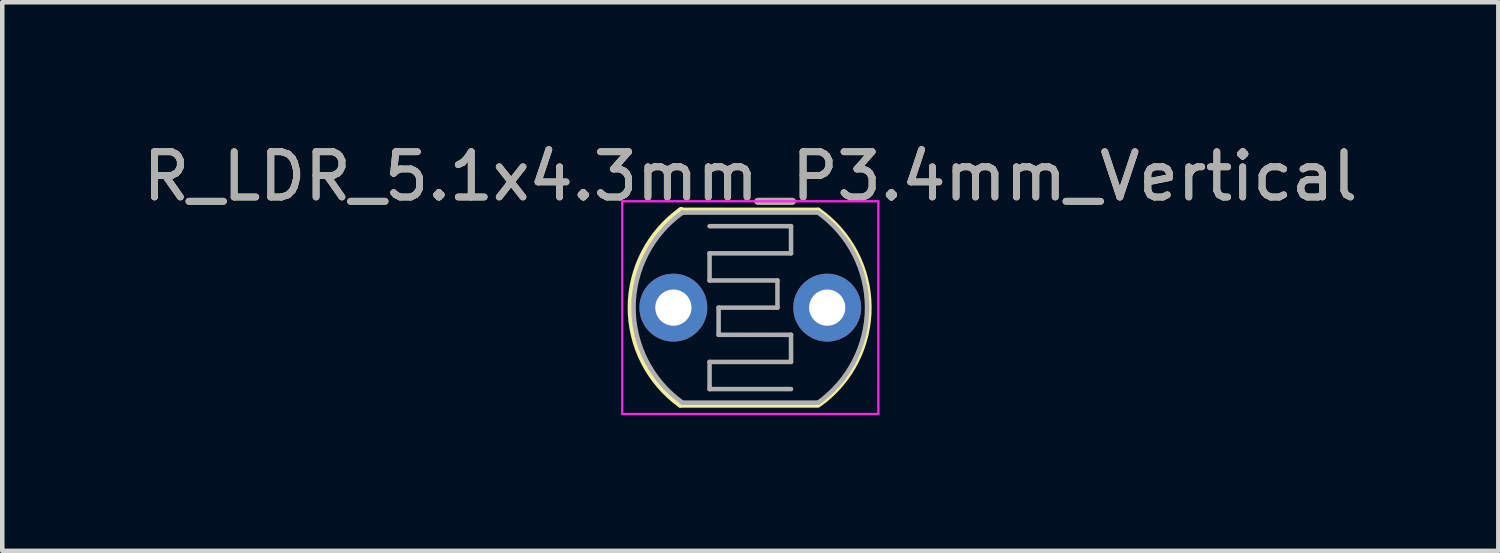
<source format=kicad_pcb>
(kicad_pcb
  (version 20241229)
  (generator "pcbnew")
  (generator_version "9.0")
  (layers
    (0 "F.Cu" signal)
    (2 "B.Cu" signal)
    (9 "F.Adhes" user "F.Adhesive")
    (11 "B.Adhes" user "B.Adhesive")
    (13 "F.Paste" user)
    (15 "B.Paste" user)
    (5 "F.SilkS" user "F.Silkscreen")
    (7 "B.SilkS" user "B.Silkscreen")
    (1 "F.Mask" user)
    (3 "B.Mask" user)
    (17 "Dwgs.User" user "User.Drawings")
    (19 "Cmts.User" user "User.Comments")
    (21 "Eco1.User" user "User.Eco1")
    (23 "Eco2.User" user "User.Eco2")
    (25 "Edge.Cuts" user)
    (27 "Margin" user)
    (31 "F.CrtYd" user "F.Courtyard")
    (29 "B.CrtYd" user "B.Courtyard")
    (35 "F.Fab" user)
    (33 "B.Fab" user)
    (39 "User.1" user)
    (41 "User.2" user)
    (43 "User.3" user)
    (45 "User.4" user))
  (footprint "R_LDR_5.1x4.3mm_P3.4mm_Vertical"
    (layer "F.Cu")
    (at 11.83 3.748)
    (property "Reference" "R_LDR_5.1x4.3mm_P3.4mm_Vertical" (at 1.7 -2.9 0) (layer "F.SilkS") (effects (font (size 1 1) (thickness 0.15))))
    (attr through_hole)
    (fp_line (start 0.15 -2.15) (end 3.2 -2.15) (stroke (width 0.12) (type solid)) (layer "F.SilkS"))
    (fp_line (start 0.15 2.15) (end 3.2 2.15) (stroke (width 0.12) (type solid)) (layer "F.SilkS"))
    (fp_arc (start 0.15 2.15) (mid -0.950438 -0.013368) (end 0.171766 -2.165525) (stroke (width 0.12) (type solid)) (layer "F.SilkS"))
    (fp_arc (start 3.2 -2.15) (mid 4.321403 -0.027338) (end 3.244513 2.118249) (stroke (width 0.12) (type solid)) (layer "F.SilkS"))
    (fp_line (start -1.13 -2.35) (end -1.13 2.35) (stroke (width 0.05) (type solid)) (layer "F.CrtYd"))
    (fp_line (start -1.13 -2.35) (end 4.53 -2.35) (stroke (width 0.05) (type solid)) (layer "F.CrtYd"))
    (fp_line (start 4.53 2.35) (end -1.13 2.35) (stroke (width 0.05) (type solid)) (layer "F.CrtYd"))
    (fp_line (start 4.53 2.35) (end 4.53 -2.35) (stroke (width 0.05) (type solid)) (layer "F.CrtYd"))
    (fp_line (start 0.2 -2.1) (end 3.2 -2.1) (stroke (width 0.1) (type solid)) (layer "F.Fab"))
    (fp_line (start 0.8 -1.8) (end 2.6 -1.8) (stroke (width 0.1) (type solid)) (layer "F.Fab"))
    (fp_line (start 0.8 -1.2) (end 0.8 -0.6) (stroke (width 0.1) (type solid)) (layer "F.Fab"))
    (fp_line (start 0.8 1.2) (end 0.8 1.8) (stroke (width 0.1) (type solid)) (layer "F.Fab"))
    (fp_line (start 0.8 1.8) (end 2.6 1.8) (stroke (width 0.1) (type solid)) (layer "F.Fab"))
    (fp_line (start 1 0) (end 1 0.6) (stroke (width 0.1) (type solid)) (layer "F.Fab"))
    (fp_line (start 1 0) (end 2.3 0) (stroke (width 0.1) (type solid)) (layer "F.Fab"))
    (fp_line (start 2.3 -0.6) (end 0.8 -0.6) (stroke (width 0.1) (type solid)) (layer "F.Fab"))
    (fp_line (start 2.3 0) (end 2.3 -0.6) (stroke (width 0.1) (type solid)) (layer "F.Fab"))
    (fp_line (start 2.6 -1.8) (end 2.6 -1.2) (stroke (width 0.1) (type solid)) (layer "F.Fab"))
    (fp_line (start 2.6 -1.2) (end 0.8 -1.2) (stroke (width 0.1) (type solid)) (layer "F.Fab"))
    (fp_line (start 2.6 0.6) (end 1 0.6) (stroke (width 0.1) (type solid)) (layer "F.Fab"))
    (fp_line (start 2.6 0.6) (end 2.6 1.2) (stroke (width 0.1) (type solid)) (layer "F.Fab"))
    (fp_line (start 2.6 1.2) (end 0.8 1.2) (stroke (width 0.1) (type solid)) (layer "F.Fab"))
    (fp_line (start 3.2 2.1) (end 0.2 2.1) (stroke (width 0.1) (type solid)) (layer "F.Fab"))
    (fp_arc (start 0.2 2.1) (mid -0.880697 -0.001697) (end 0.202763 -2.101971) (stroke (width 0.1) (type solid)) (layer "F.Fab"))
    (fp_arc (start 3.2 -2.1) (mid 4.280697 0.001697) (end 3.197237 2.101971) (stroke (width 0.1) (type solid)) (layer "F.Fab"))
    (fp_text user "${REFERENCE}" (at 1.7 -2.9 0) (layer "F.Fab") (effects (font (size 1 1) (thickness 0.15))))
    (pad "1" thru_hole circle (at 0 0) (size 1.5 1.5) (drill 0.8) (layers "*.Cu" "*.Mask"))
    (pad "2" thru_hole circle (at 3.4 0) (size 1.5 1.5) (drill 0.8) (layers "*.Cu" "*.Mask")))
  (gr_rect
    (start -3 -3)
    (end 30.06 9.123)
    (stroke (width 0.1) (type default))
    (fill no)
    (layer "Edge.Cuts")))
</source>
